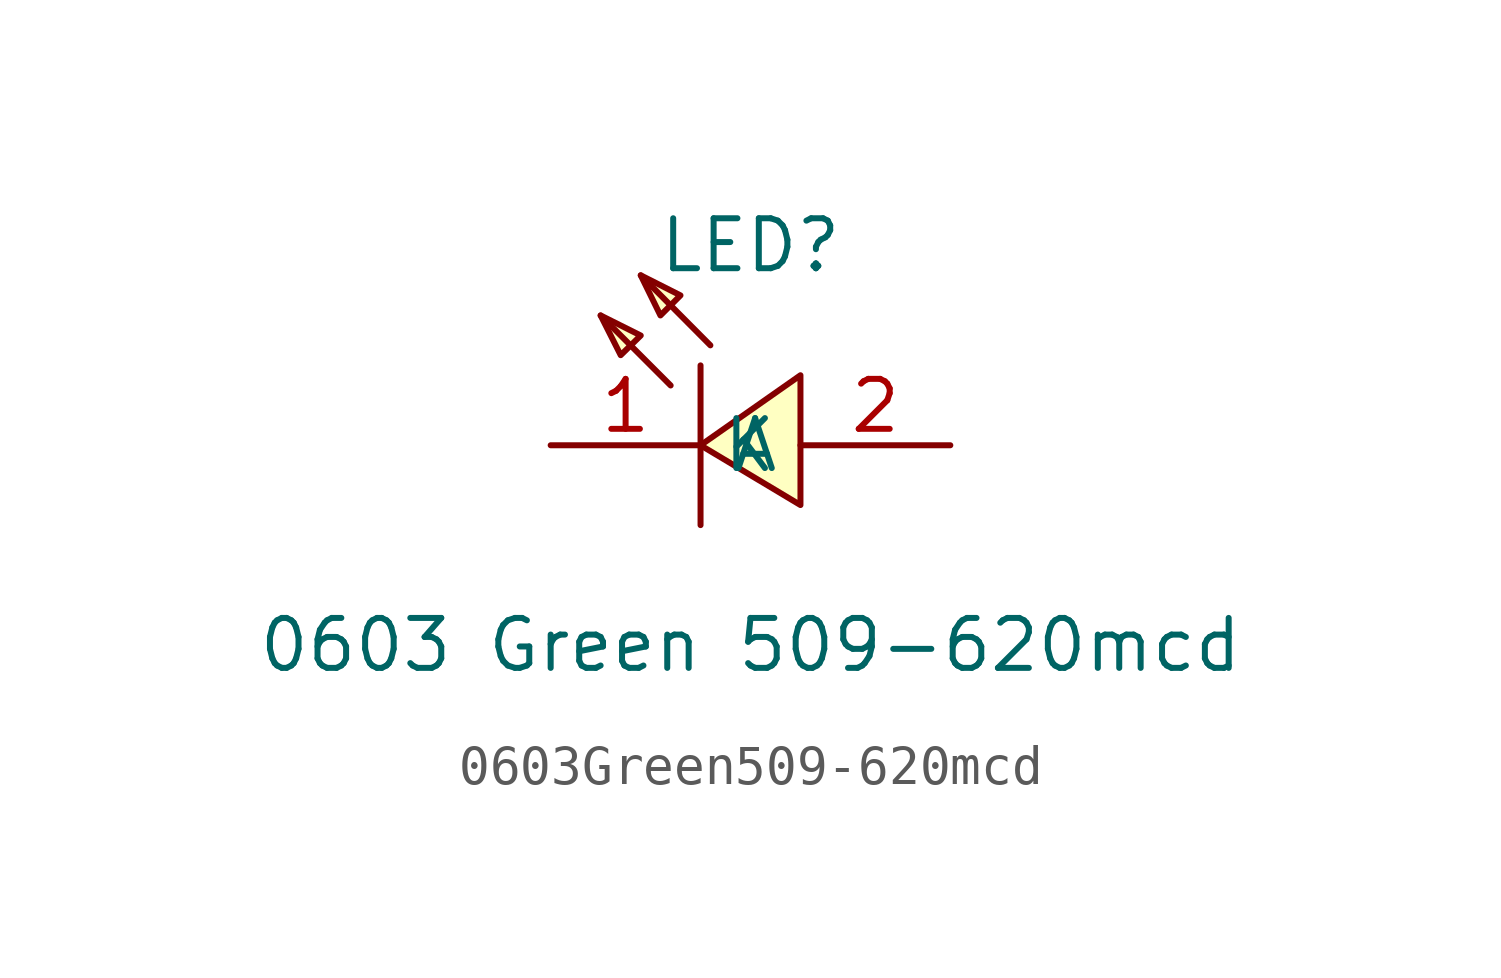
<source format=kicad_sym>
(kicad_symbol_lib
  (version 1)
  (generator "faebryk")
  (symbol "0603Green509-620mcd"
    (property "Reference" "LED"
      (at 0 5.08 0)
      (effects (font (size 1.27 1.27)) (hide no)))
    (property "Value" "0603 Green 509-620mcd"
      (at 0 -5.08 0)
      (effects (font (size 1.27 1.27)) (hide no)))
    (symbol "0603Green509-620mcd_0_1"
      (polyline (stroke (width 0) (type default) (color 0 0 0 0)) (fill (type background)) (pts (xy 1.27 -1.52) (xy -1.27 0) (xy 1.27 1.78) (xy 1.27 -1.52)))
      (polyline (stroke (width 0) (type default) (color 0 0 0 0)) (fill (type background)) (pts (xy -2.79 4.32) (xy -1.78 3.81) (xy -2.29 3.3) (xy -2.79 4.32)))
      (polyline (stroke (width 0) (type default) (color 0 0 0 0)) (fill (type background)) (pts (xy -3.81 3.3) (xy -2.79 2.79) (xy -3.3 2.29) (xy -3.81 3.3)))
      (polyline (stroke (width 0) (type default) (color 0 0 0 0)) (fill (type none)) (pts (xy -1.27 2.03) (xy -1.27 -2.03)))
      (polyline (stroke (width 0) (type default) (color 0 0 0 0)) (fill (type none)) (pts (xy -1.02 2.54) (xy -2.79 4.32)))
      (polyline (stroke (width 0) (type default) (color 0 0 0 0)) (fill (type none)) (pts (xy -2.03 1.52) (xy -3.81 3.3)))
      (pin unspecified line (at 5.08 0 180) (length 3.81) (name "A" (effects (font (size 1.27 1.27)) (hide no))) (number "2" (effects (font (size 1.27 1.27)) (hide no))))
      (pin unspecified line (at -5.08 0 0) (length 3.81) (name "K" (effects (font (size 1.27 1.27)) (hide no))) (number "1" (effects (font (size 1.27 1.27)) (hide no)))))))
</source>
